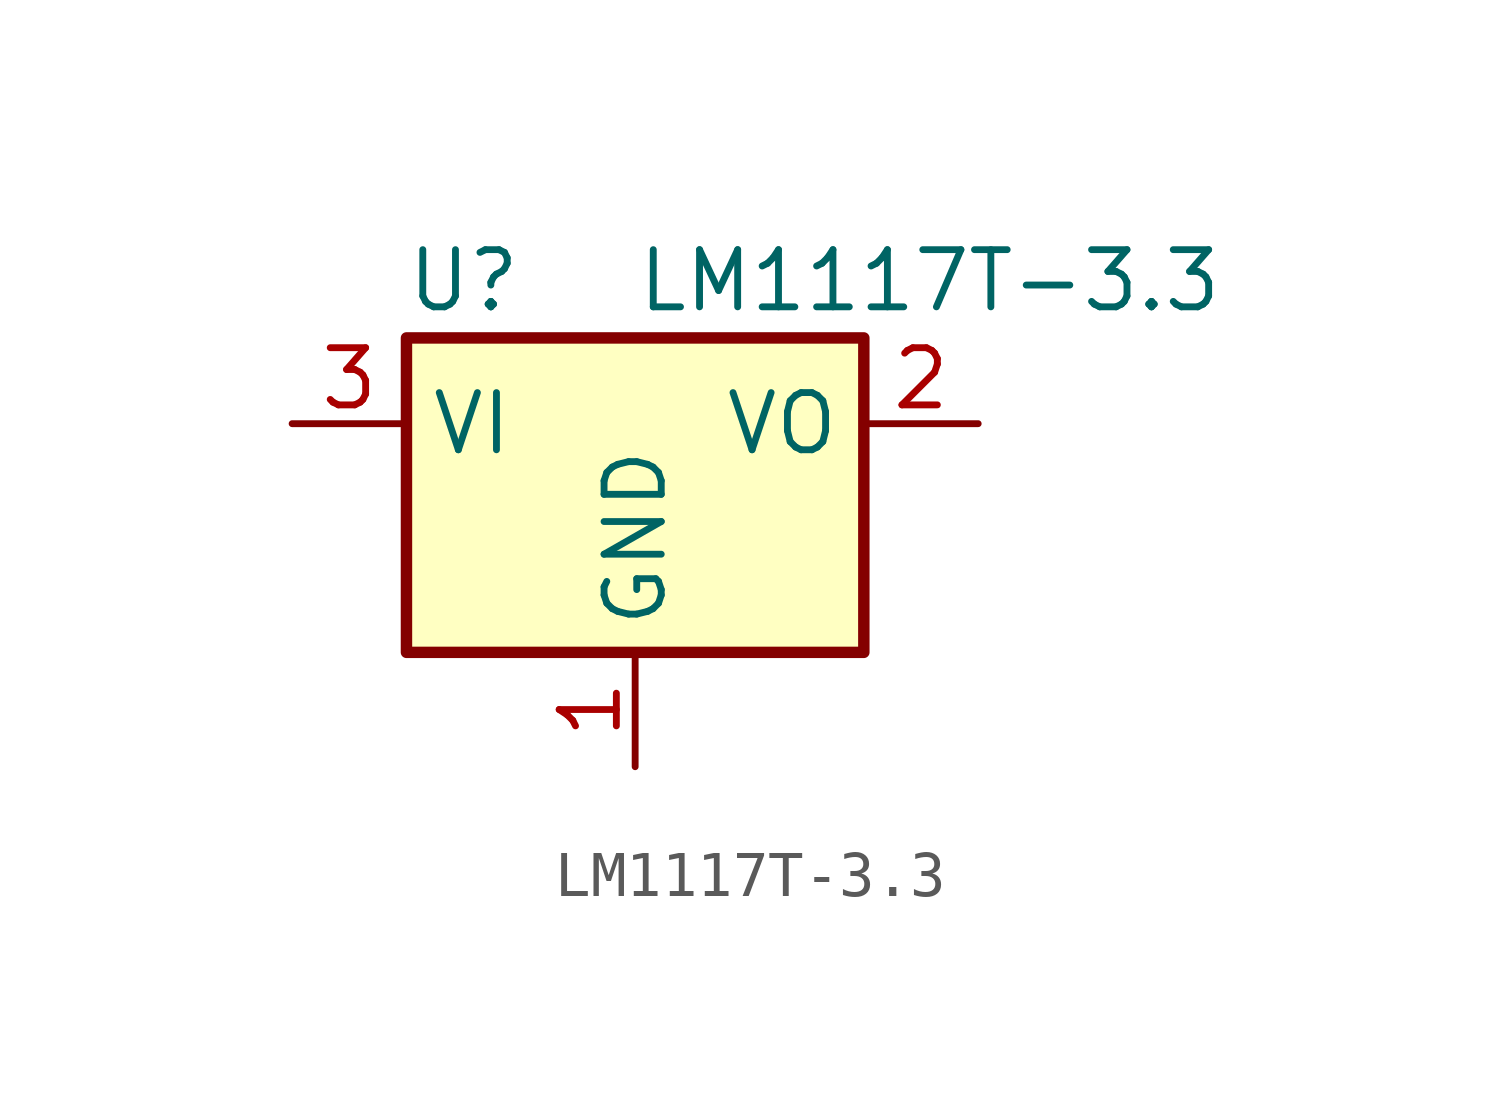
<source format=kicad_sym>
(kicad_symbol_lib
  (version 20231120)
  (generator "kicad_symbol_editor")
  (generator_version "8.0")
  (symbol "LM1117T-3.3"
    (property "Reference" "U"
      (at -3.81 3.175 0)
      (effects (font (size 1.27 1.27))))
    (property "Value" "LM1117T-3.3"
      (at 0 3.175 0)
      (effects (font (size 1.27 1.27)) (justify left)))
    (symbol "LM1117T-3.3_0_1"
      (rectangle (start -5.08 -5.08) (end 5.08 1.905) (stroke (width 0.254) (type default)) (fill (type background))))
    (symbol "LM1117T-3.3_1_1"
      (pin power_in line (at 0 -7.62 90) (length 2.54) (name "GND" (effects (font (size 1.27 1.27)))) (number "1" (effects (font (size 1.27 1.27)))))
      (pin power_out line (at 7.62 0 180) (length 2.54) (name "VO" (effects (font (size 1.27 1.27)))) (number "2" (effects (font (size 1.27 1.27)))))
      (pin power_in line (at -7.62 0 0) (length 2.54) (name "VI" (effects (font (size 1.27 1.27)))) (number "3" (effects (font (size 1.27 1.27))))))))
</source>
